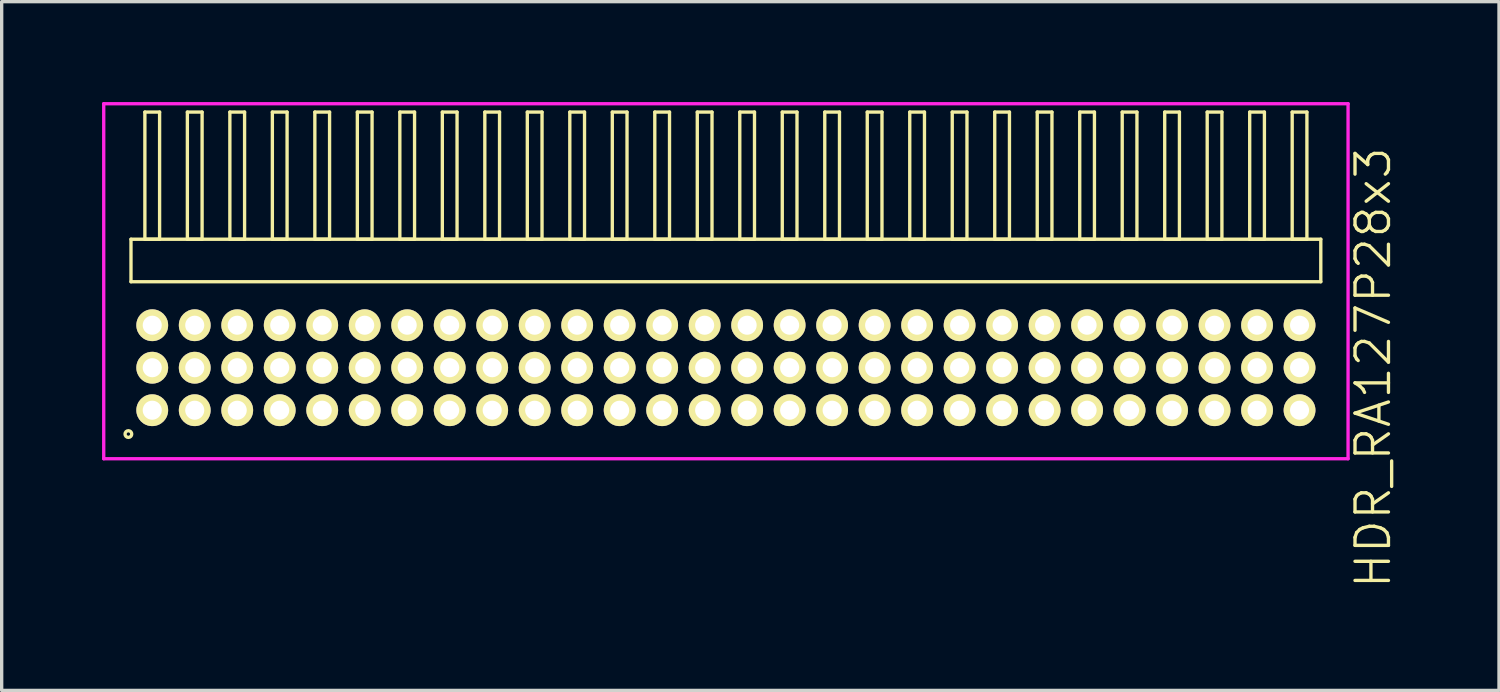
<source format=kicad_pcb>
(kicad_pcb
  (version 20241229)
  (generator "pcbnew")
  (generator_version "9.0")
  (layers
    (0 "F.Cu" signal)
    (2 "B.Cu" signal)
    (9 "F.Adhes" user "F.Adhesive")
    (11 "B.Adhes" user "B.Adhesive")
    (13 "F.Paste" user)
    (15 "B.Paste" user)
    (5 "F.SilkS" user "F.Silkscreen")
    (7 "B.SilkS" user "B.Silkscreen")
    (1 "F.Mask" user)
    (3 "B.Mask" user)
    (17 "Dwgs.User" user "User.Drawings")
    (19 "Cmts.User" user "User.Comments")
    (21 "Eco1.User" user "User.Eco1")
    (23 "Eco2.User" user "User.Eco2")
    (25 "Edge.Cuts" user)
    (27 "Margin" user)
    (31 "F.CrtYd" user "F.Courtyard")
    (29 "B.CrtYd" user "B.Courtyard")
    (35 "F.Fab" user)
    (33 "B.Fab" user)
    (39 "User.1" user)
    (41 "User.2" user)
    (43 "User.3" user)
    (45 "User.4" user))
  (footprint "HDR_RA127P28x3"
    (layer "F.Cu")
    (at 18.645 7.94)
    (property "Reference" "HDR_RA127P28x3" (at 19.345 0 90) (layer "F.SilkS") (effects (font (size 1 1) (thickness 0.1))))
    (attr through_hole)
    (fp_line (start -17.78 -3.84) (end -17.78 -2.57) (stroke (width 0.1) (type solid)) (layer "F.SilkS"))
    (fp_line (start -17.78 -2.57) (end 17.78 -2.57) (stroke (width 0.1) (type solid)) (layer "F.SilkS"))
    (fp_line (start -17.365 -7.64) (end -17.365 -3.84) (stroke (width 0.1) (type solid)) (layer "F.SilkS"))
    (fp_line (start -17.365 -3.84) (end -16.925 -3.84) (stroke (width 0.1) (type solid)) (layer "F.SilkS"))
    (fp_line (start -16.925 -7.64) (end -17.365 -7.64) (stroke (width 0.1) (type solid)) (layer "F.SilkS"))
    (fp_line (start -16.925 -3.84) (end -16.925 -7.64) (stroke (width 0.1) (type solid)) (layer "F.SilkS"))
    (fp_line (start -16.095 -7.64) (end -16.095 -3.84) (stroke (width 0.1) (type solid)) (layer "F.SilkS"))
    (fp_line (start -16.095 -3.84) (end -15.655 -3.84) (stroke (width 0.1) (type solid)) (layer "F.SilkS"))
    (fp_line (start -15.655 -7.64) (end -16.095 -7.64) (stroke (width 0.1) (type solid)) (layer "F.SilkS"))
    (fp_line (start -15.655 -3.84) (end -15.655 -7.64) (stroke (width 0.1) (type solid)) (layer "F.SilkS"))
    (fp_line (start -14.825 -7.64) (end -14.825 -3.84) (stroke (width 0.1) (type solid)) (layer "F.SilkS"))
    (fp_line (start -14.825 -3.84) (end -14.385 -3.84) (stroke (width 0.1) (type solid)) (layer "F.SilkS"))
    (fp_line (start -14.385 -7.64) (end -14.825 -7.64) (stroke (width 0.1) (type solid)) (layer "F.SilkS"))
    (fp_line (start -14.385 -3.84) (end -14.385 -7.64) (stroke (width 0.1) (type solid)) (layer "F.SilkS"))
    (fp_line (start -13.555 -7.64) (end -13.555 -3.84) (stroke (width 0.1) (type solid)) (layer "F.SilkS"))
    (fp_line (start -13.555 -3.84) (end -13.115 -3.84) (stroke (width 0.1) (type solid)) (layer "F.SilkS"))
    (fp_line (start -13.115 -7.64) (end -13.555 -7.64) (stroke (width 0.1) (type solid)) (layer "F.SilkS"))
    (fp_line (start -13.115 -3.84) (end -13.115 -7.64) (stroke (width 0.1) (type solid)) (layer "F.SilkS"))
    (fp_line (start -12.285 -7.64) (end -12.285 -3.84) (stroke (width 0.1) (type solid)) (layer "F.SilkS"))
    (fp_line (start -12.285 -3.84) (end -11.845 -3.84) (stroke (width 0.1) (type solid)) (layer "F.SilkS"))
    (fp_line (start -11.845 -7.64) (end -12.285 -7.64) (stroke (width 0.1) (type solid)) (layer "F.SilkS"))
    (fp_line (start -11.845 -3.84) (end -11.845 -7.64) (stroke (width 0.1) (type solid)) (layer "F.SilkS"))
    (fp_line (start -11.015 -7.64) (end -11.015 -3.84) (stroke (width 0.1) (type solid)) (layer "F.SilkS"))
    (fp_line (start -11.015 -3.84) (end -10.575 -3.84) (stroke (width 0.1) (type solid)) (layer "F.SilkS"))
    (fp_line (start -10.575 -7.64) (end -11.015 -7.64) (stroke (width 0.1) (type solid)) (layer "F.SilkS"))
    (fp_line (start -10.575 -3.84) (end -10.575 -7.64) (stroke (width 0.1) (type solid)) (layer "F.SilkS"))
    (fp_line (start -9.745 -7.64) (end -9.745 -3.84) (stroke (width 0.1) (type solid)) (layer "F.SilkS"))
    (fp_line (start -9.745 -3.84) (end -9.305 -3.84) (stroke (width 0.1) (type solid)) (layer "F.SilkS"))
    (fp_line (start -9.305 -7.64) (end -9.745 -7.64) (stroke (width 0.1) (type solid)) (layer "F.SilkS"))
    (fp_line (start -9.305 -3.84) (end -9.305 -7.64) (stroke (width 0.1) (type solid)) (layer "F.SilkS"))
    (fp_line (start -8.475 -7.64) (end -8.475 -3.84) (stroke (width 0.1) (type solid)) (layer "F.SilkS"))
    (fp_line (start -8.475 -3.84) (end -8.035 -3.84) (stroke (width 0.1) (type solid)) (layer "F.SilkS"))
    (fp_line (start -8.035 -7.64) (end -8.475 -7.64) (stroke (width 0.1) (type solid)) (layer "F.SilkS"))
    (fp_line (start -8.035 -3.84) (end -8.035 -7.64) (stroke (width 0.1) (type solid)) (layer "F.SilkS"))
    (fp_line (start -7.205 -7.64) (end -7.205 -3.84) (stroke (width 0.1) (type solid)) (layer "F.SilkS"))
    (fp_line (start -7.205 -3.84) (end -6.765 -3.84) (stroke (width 0.1) (type solid)) (layer "F.SilkS"))
    (fp_line (start -6.765 -7.64) (end -7.205 -7.64) (stroke (width 0.1) (type solid)) (layer "F.SilkS"))
    (fp_line (start -6.765 -3.84) (end -6.765 -7.64) (stroke (width 0.1) (type solid)) (layer "F.SilkS"))
    (fp_line (start -5.935 -7.64) (end -5.935 -3.84) (stroke (width 0.1) (type solid)) (layer "F.SilkS"))
    (fp_line (start -5.935 -3.84) (end -5.495 -3.84) (stroke (width 0.1) (type solid)) (layer "F.SilkS"))
    (fp_line (start -5.495 -7.64) (end -5.935 -7.64) (stroke (width 0.1) (type solid)) (layer "F.SilkS"))
    (fp_line (start -5.495 -3.84) (end -5.495 -7.64) (stroke (width 0.1) (type solid)) (layer "F.SilkS"))
    (fp_line (start -4.665 -7.64) (end -4.665 -3.84) (stroke (width 0.1) (type solid)) (layer "F.SilkS"))
    (fp_line (start -4.665 -3.84) (end -4.225 -3.84) (stroke (width 0.1) (type solid)) (layer "F.SilkS"))
    (fp_line (start -4.225 -7.64) (end -4.665 -7.64) (stroke (width 0.1) (type solid)) (layer "F.SilkS"))
    (fp_line (start -4.225 -3.84) (end -4.225 -7.64) (stroke (width 0.1) (type solid)) (layer "F.SilkS"))
    (fp_line (start -3.395 -7.64) (end -3.395 -3.84) (stroke (width 0.1) (type solid)) (layer "F.SilkS"))
    (fp_line (start -3.395 -3.84) (end -2.955 -3.84) (stroke (width 0.1) (type solid)) (layer "F.SilkS"))
    (fp_line (start -2.955 -7.64) (end -3.395 -7.64) (stroke (width 0.1) (type solid)) (layer "F.SilkS"))
    (fp_line (start -2.955 -3.84) (end -2.955 -7.64) (stroke (width 0.1) (type solid)) (layer "F.SilkS"))
    (fp_line (start -2.125 -7.64) (end -2.125 -3.84) (stroke (width 0.1) (type solid)) (layer "F.SilkS"))
    (fp_line (start -2.125 -3.84) (end -1.685 -3.84) (stroke (width 0.1) (type solid)) (layer "F.SilkS"))
    (fp_line (start -1.685 -7.64) (end -2.125 -7.64) (stroke (width 0.1) (type solid)) (layer "F.SilkS"))
    (fp_line (start -1.685 -3.84) (end -1.685 -7.64) (stroke (width 0.1) (type solid)) (layer "F.SilkS"))
    (fp_line (start -0.855 -7.64) (end -0.855 -3.84) (stroke (width 0.1) (type solid)) (layer "F.SilkS"))
    (fp_line (start -0.855 -3.84) (end -0.415 -3.84) (stroke (width 0.1) (type solid)) (layer "F.SilkS"))
    (fp_line (start -0.415 -7.64) (end -0.855 -7.64) (stroke (width 0.1) (type solid)) (layer "F.SilkS"))
    (fp_line (start -0.415 -3.84) (end -0.415 -7.64) (stroke (width 0.1) (type solid)) (layer "F.SilkS"))
    (fp_line (start 0.415 -7.64) (end 0.415 -3.84) (stroke (width 0.1) (type solid)) (layer "F.SilkS"))
    (fp_line (start 0.415 -3.84) (end 0.855 -3.84) (stroke (width 0.1) (type solid)) (layer "F.SilkS"))
    (fp_line (start 0.855 -7.64) (end 0.415 -7.64) (stroke (width 0.1) (type solid)) (layer "F.SilkS"))
    (fp_line (start 0.855 -3.84) (end 0.855 -7.64) (stroke (width 0.1) (type solid)) (layer "F.SilkS"))
    (fp_line (start 1.685 -7.64) (end 1.685 -3.84) (stroke (width 0.1) (type solid)) (layer "F.SilkS"))
    (fp_line (start 1.685 -3.84) (end 2.125 -3.84) (stroke (width 0.1) (type solid)) (layer "F.SilkS"))
    (fp_line (start 2.125 -7.64) (end 1.685 -7.64) (stroke (width 0.1) (type solid)) (layer "F.SilkS"))
    (fp_line (start 2.125 -3.84) (end 2.125 -7.64) (stroke (width 0.1) (type solid)) (layer "F.SilkS"))
    (fp_line (start 2.955 -7.64) (end 2.955 -3.84) (stroke (width 0.1) (type solid)) (layer "F.SilkS"))
    (fp_line (start 2.955 -3.84) (end 3.395 -3.84) (stroke (width 0.1) (type solid)) (layer "F.SilkS"))
    (fp_line (start 3.395 -7.64) (end 2.955 -7.64) (stroke (width 0.1) (type solid)) (layer "F.SilkS"))
    (fp_line (start 3.395 -3.84) (end 3.395 -7.64) (stroke (width 0.1) (type solid)) (layer "F.SilkS"))
    (fp_line (start 4.225 -7.64) (end 4.225 -3.84) (stroke (width 0.1) (type solid)) (layer "F.SilkS"))
    (fp_line (start 4.225 -3.84) (end 4.665 -3.84) (stroke (width 0.1) (type solid)) (layer "F.SilkS"))
    (fp_line (start 4.665 -7.64) (end 4.225 -7.64) (stroke (width 0.1) (type solid)) (layer "F.SilkS"))
    (fp_line (start 4.665 -3.84) (end 4.665 -7.64) (stroke (width 0.1) (type solid)) (layer "F.SilkS"))
    (fp_line (start 5.495 -7.64) (end 5.495 -3.84) (stroke (width 0.1) (type solid)) (layer "F.SilkS"))
    (fp_line (start 5.495 -3.84) (end 5.935 -3.84) (stroke (width 0.1) (type solid)) (layer "F.SilkS"))
    (fp_line (start 5.935 -7.64) (end 5.495 -7.64) (stroke (width 0.1) (type solid)) (layer "F.SilkS"))
    (fp_line (start 5.935 -3.84) (end 5.935 -7.64) (stroke (width 0.1) (type solid)) (layer "F.SilkS"))
    (fp_line (start 6.765 -7.64) (end 6.765 -3.84) (stroke (width 0.1) (type solid)) (layer "F.SilkS"))
    (fp_line (start 6.765 -3.84) (end 7.205 -3.84) (stroke (width 0.1) (type solid)) (layer "F.SilkS"))
    (fp_line (start 7.205 -7.64) (end 6.765 -7.64) (stroke (width 0.1) (type solid)) (layer "F.SilkS"))
    (fp_line (start 7.205 -3.84) (end 7.205 -7.64) (stroke (width 0.1) (type solid)) (layer "F.SilkS"))
    (fp_line (start 8.035 -7.64) (end 8.035 -3.84) (stroke (width 0.1) (type solid)) (layer "F.SilkS"))
    (fp_line (start 8.035 -3.84) (end 8.475 -3.84) (stroke (width 0.1) (type solid)) (layer "F.SilkS"))
    (fp_line (start 8.475 -7.64) (end 8.035 -7.64) (stroke (width 0.1) (type solid)) (layer "F.SilkS"))
    (fp_line (start 8.475 -3.84) (end 8.475 -7.64) (stroke (width 0.1) (type solid)) (layer "F.SilkS"))
    (fp_line (start 9.305 -7.64) (end 9.305 -3.84) (stroke (width 0.1) (type solid)) (layer "F.SilkS"))
    (fp_line (start 9.305 -3.84) (end 9.745 -3.84) (stroke (width 0.1) (type solid)) (layer "F.SilkS"))
    (fp_line (start 9.745 -7.64) (end 9.305 -7.64) (stroke (width 0.1) (type solid)) (layer "F.SilkS"))
    (fp_line (start 9.745 -3.84) (end 9.745 -7.64) (stroke (width 0.1) (type solid)) (layer "F.SilkS"))
    (fp_line (start 10.575 -7.64) (end 10.575 -3.84) (stroke (width 0.1) (type solid)) (layer "F.SilkS"))
    (fp_line (start 10.575 -3.84) (end 11.015 -3.84) (stroke (width 0.1) (type solid)) (layer "F.SilkS"))
    (fp_line (start 11.015 -7.64) (end 10.575 -7.64) (stroke (width 0.1) (type solid)) (layer "F.SilkS"))
    (fp_line (start 11.015 -3.84) (end 11.015 -7.64) (stroke (width 0.1) (type solid)) (layer "F.SilkS"))
    (fp_line (start 11.845 -7.64) (end 11.845 -3.84) (stroke (width 0.1) (type solid)) (layer "F.SilkS"))
    (fp_line (start 11.845 -3.84) (end 12.285 -3.84) (stroke (width 0.1) (type solid)) (layer "F.SilkS"))
    (fp_line (start 12.285 -7.64) (end 11.845 -7.64) (stroke (width 0.1) (type solid)) (layer "F.SilkS"))
    (fp_line (start 12.285 -3.84) (end 12.285 -7.64) (stroke (width 0.1) (type solid)) (layer "F.SilkS"))
    (fp_line (start 13.115 -7.64) (end 13.115 -3.84) (stroke (width 0.1) (type solid)) (layer "F.SilkS"))
    (fp_line (start 13.115 -3.84) (end 13.555 -3.84) (stroke (width 0.1) (type solid)) (layer "F.SilkS"))
    (fp_line (start 13.555 -7.64) (end 13.115 -7.64) (stroke (width 0.1) (type solid)) (layer "F.SilkS"))
    (fp_line (start 13.555 -3.84) (end 13.555 -7.64) (stroke (width 0.1) (type solid)) (layer "F.SilkS"))
    (fp_line (start 14.385 -7.64) (end 14.385 -3.84) (stroke (width 0.1) (type solid)) (layer "F.SilkS"))
    (fp_line (start 14.385 -3.84) (end 14.825 -3.84) (stroke (width 0.1) (type solid)) (layer "F.SilkS"))
    (fp_line (start 14.825 -7.64) (end 14.385 -7.64) (stroke (width 0.1) (type solid)) (layer "F.SilkS"))
    (fp_line (start 14.825 -3.84) (end 14.825 -7.64) (stroke (width 0.1) (type solid)) (layer "F.SilkS"))
    (fp_line (start 15.655 -7.64) (end 15.655 -3.84) (stroke (width 0.1) (type solid)) (layer "F.SilkS"))
    (fp_line (start 15.655 -3.84) (end 16.095 -3.84) (stroke (width 0.1) (type solid)) (layer "F.SilkS"))
    (fp_line (start 16.095 -7.64) (end 15.655 -7.64) (stroke (width 0.1) (type solid)) (layer "F.SilkS"))
    (fp_line (start 16.095 -3.84) (end 16.095 -7.64) (stroke (width 0.1) (type solid)) (layer "F.SilkS"))
    (fp_line (start 16.925 -7.64) (end 16.925 -3.84) (stroke (width 0.1) (type solid)) (layer "F.SilkS"))
    (fp_line (start 16.925 -3.84) (end 17.365 -3.84) (stroke (width 0.1) (type solid)) (layer "F.SilkS"))
    (fp_line (start 17.365 -7.64) (end 16.925 -7.64) (stroke (width 0.1) (type solid)) (layer "F.SilkS"))
    (fp_line (start 17.365 -3.84) (end 17.365 -7.64) (stroke (width 0.1) (type solid)) (layer "F.SilkS"))
    (fp_line (start 17.78 -3.84) (end -17.78 -3.84) (stroke (width 0.1) (type solid)) (layer "F.SilkS"))
    (fp_line (start 17.78 -2.57) (end 17.78 -3.84) (stroke (width 0.1) (type solid)) (layer "F.SilkS"))
    (fp_circle (center -17.858 1.983) (end -17.758 1.983) (stroke (width 0.1) (type solid)) (fill no) (layer "F.SilkS"))
    (fp_line (start -18.595 -7.89) (end -18.595 2.72) (stroke (width 0.1) (type solid)) (layer "F.CrtYd"))
    (fp_line (start -18.595 2.72) (end 18.595 2.72) (stroke (width 0.1) (type solid)) (layer "F.CrtYd"))
    (fp_line (start 18.595 -7.89) (end -18.595 -7.89) (stroke (width 0.1) (type solid)) (layer "F.CrtYd"))
    (fp_line (start 18.595 2.72) (end 18.595 -7.89) (stroke (width 0.1) (type solid)) (layer "F.CrtYd"))
    (pad "1" thru_hole oval (at -17.145 1.27) (size 0.95 0.95) (drill 0.57) (layers "*.Cu" "*.Mask" "F.SilkS"))
    (pad "2" thru_hole oval (at -17.145 0) (size 0.95 0.95) (drill 0.57) (layers "*.Cu" "*.Mask" "F.SilkS"))
    (pad "3" thru_hole oval (at -17.145 -1.27) (size 0.95 0.95) (drill 0.57) (layers "*.Cu" "*.Mask" "F.SilkS"))
    (pad "4" thru_hole oval (at -15.875 1.27) (size 0.95 0.95) (drill 0.57) (layers "*.Cu" "*.Mask" "F.SilkS"))
    (pad "5" thru_hole oval (at -15.875 0) (size 0.95 0.95) (drill 0.57) (layers "*.Cu" "*.Mask" "F.SilkS"))
    (pad "6" thru_hole oval (at -15.875 -1.27) (size 0.95 0.95) (drill 0.57) (layers "*.Cu" "*.Mask" "F.SilkS"))
    (pad "7" thru_hole oval (at -14.605 1.27) (size 0.95 0.95) (drill 0.57) (layers "*.Cu" "*.Mask" "F.SilkS"))
    (pad "8" thru_hole oval (at -14.605 0) (size 0.95 0.95) (drill 0.57) (layers "*.Cu" "*.Mask" "F.SilkS"))
    (pad "9" thru_hole oval (at -14.605 -1.27) (size 0.95 0.95) (drill 0.57) (layers "*.Cu" "*.Mask" "F.SilkS"))
    (pad "10" thru_hole oval (at -13.335 1.27) (size 0.95 0.95) (drill 0.57) (layers "*.Cu" "*.Mask" "F.SilkS"))
    (pad "11" thru_hole oval (at -13.335 0) (size 0.95 0.95) (drill 0.57) (layers "*.Cu" "*.Mask" "F.SilkS"))
    (pad "12" thru_hole oval (at -13.335 -1.27) (size 0.95 0.95) (drill 0.57) (layers "*.Cu" "*.Mask" "F.SilkS"))
    (pad "13" thru_hole oval (at -12.065 1.27) (size 0.95 0.95) (drill 0.57) (layers "*.Cu" "*.Mask" "F.SilkS"))
    (pad "14" thru_hole oval (at -12.065 0) (size 0.95 0.95) (drill 0.57) (layers "*.Cu" "*.Mask" "F.SilkS"))
    (pad "15" thru_hole oval (at -12.065 -1.27) (size 0.95 0.95) (drill 0.57) (layers "*.Cu" "*.Mask" "F.SilkS"))
    (pad "16" thru_hole oval (at -10.795 1.27) (size 0.95 0.95) (drill 0.57) (layers "*.Cu" "*.Mask" "F.SilkS"))
    (pad "17" thru_hole oval (at -10.795 0) (size 0.95 0.95) (drill 0.57) (layers "*.Cu" "*.Mask" "F.SilkS"))
    (pad "18" thru_hole oval (at -10.795 -1.27) (size 0.95 0.95) (drill 0.57) (layers "*.Cu" "*.Mask" "F.SilkS"))
    (pad "19" thru_hole oval (at -9.525 1.27) (size 0.95 0.95) (drill 0.57) (layers "*.Cu" "*.Mask" "F.SilkS"))
    (pad "20" thru_hole oval (at -9.525 0) (size 0.95 0.95) (drill 0.57) (layers "*.Cu" "*.Mask" "F.SilkS"))
    (pad "21" thru_hole oval (at -9.525 -1.27) (size 0.95 0.95) (drill 0.57) (layers "*.Cu" "*.Mask" "F.SilkS"))
    (pad "22" thru_hole oval (at -8.255 1.27) (size 0.95 0.95) (drill 0.57) (layers "*.Cu" "*.Mask" "F.SilkS"))
    (pad "23" thru_hole oval (at -8.255 0) (size 0.95 0.95) (drill 0.57) (layers "*.Cu" "*.Mask" "F.SilkS"))
    (pad "24" thru_hole oval (at -8.255 -1.27) (size 0.95 0.95) (drill 0.57) (layers "*.Cu" "*.Mask" "F.SilkS"))
    (pad "25" thru_hole oval (at -6.985 1.27) (size 0.95 0.95) (drill 0.57) (layers "*.Cu" "*.Mask" "F.SilkS"))
    (pad "26" thru_hole oval (at -6.985 0) (size 0.95 0.95) (drill 0.57) (layers "*.Cu" "*.Mask" "F.SilkS"))
    (pad "27" thru_hole oval (at -6.985 -1.27) (size 0.95 0.95) (drill 0.57) (layers "*.Cu" "*.Mask" "F.SilkS"))
    (pad "28" thru_hole oval (at -5.715 1.27) (size 0.95 0.95) (drill 0.57) (layers "*.Cu" "*.Mask" "F.SilkS"))
    (pad "29" thru_hole oval (at -5.715 0) (size 0.95 0.95) (drill 0.57) (layers "*.Cu" "*.Mask" "F.SilkS"))
    (pad "30" thru_hole oval (at -5.715 -1.27) (size 0.95 0.95) (drill 0.57) (layers "*.Cu" "*.Mask" "F.SilkS"))
    (pad "31" thru_hole oval (at -4.445 1.27) (size 0.95 0.95) (drill 0.57) (layers "*.Cu" "*.Mask" "F.SilkS"))
    (pad "32" thru_hole oval (at -4.445 0) (size 0.95 0.95) (drill 0.57) (layers "*.Cu" "*.Mask" "F.SilkS"))
    (pad "33" thru_hole oval (at -4.445 -1.27) (size 0.95 0.95) (drill 0.57) (layers "*.Cu" "*.Mask" "F.SilkS"))
    (pad "34" thru_hole oval (at -3.175 1.27) (size 0.95 0.95) (drill 0.57) (layers "*.Cu" "*.Mask" "F.SilkS"))
    (pad "35" thru_hole oval (at -3.175 0) (size 0.95 0.95) (drill 0.57) (layers "*.Cu" "*.Mask" "F.SilkS"))
    (pad "36" thru_hole oval (at -3.175 -1.27) (size 0.95 0.95) (drill 0.57) (layers "*.Cu" "*.Mask" "F.SilkS"))
    (pad "37" thru_hole oval (at -1.905 1.27) (size 0.95 0.95) (drill 0.57) (layers "*.Cu" "*.Mask" "F.SilkS"))
    (pad "38" thru_hole oval (at -1.905 0) (size 0.95 0.95) (drill 0.57) (layers "*.Cu" "*.Mask" "F.SilkS"))
    (pad "39" thru_hole oval (at -1.905 -1.27) (size 0.95 0.95) (drill 0.57) (layers "*.Cu" "*.Mask" "F.SilkS"))
    (pad "40" thru_hole oval (at -0.635 1.27) (size 0.95 0.95) (drill 0.57) (layers "*.Cu" "*.Mask" "F.SilkS"))
    (pad "41" thru_hole oval (at -0.635 0) (size 0.95 0.95) (drill 0.57) (layers "*.Cu" "*.Mask" "F.SilkS"))
    (pad "42" thru_hole oval (at -0.635 -1.27) (size 0.95 0.95) (drill 0.57) (layers "*.Cu" "*.Mask" "F.SilkS"))
    (pad "43" thru_hole oval (at 0.635 1.27) (size 0.95 0.95) (drill 0.57) (layers "*.Cu" "*.Mask" "F.SilkS"))
    (pad "44" thru_hole oval (at 0.635 0) (size 0.95 0.95) (drill 0.57) (layers "*.Cu" "*.Mask" "F.SilkS"))
    (pad "45" thru_hole oval (at 0.635 -1.27) (size 0.95 0.95) (drill 0.57) (layers "*.Cu" "*.Mask" "F.SilkS"))
    (pad "46" thru_hole oval (at 1.905 1.27) (size 0.95 0.95) (drill 0.57) (layers "*.Cu" "*.Mask" "F.SilkS"))
    (pad "47" thru_hole oval (at 1.905 0) (size 0.95 0.95) (drill 0.57) (layers "*.Cu" "*.Mask" "F.SilkS"))
    (pad "48" thru_hole oval (at 1.905 -1.27) (size 0.95 0.95) (drill 0.57) (layers "*.Cu" "*.Mask" "F.SilkS"))
    (pad "49" thru_hole oval (at 3.175 1.27) (size 0.95 0.95) (drill 0.57) (layers "*.Cu" "*.Mask" "F.SilkS"))
    (pad "50" thru_hole oval (at 3.175 0) (size 0.95 0.95) (drill 0.57) (layers "*.Cu" "*.Mask" "F.SilkS"))
    (pad "51" thru_hole oval (at 3.175 -1.27) (size 0.95 0.95) (drill 0.57) (layers "*.Cu" "*.Mask" "F.SilkS"))
    (pad "52" thru_hole oval (at 4.445 1.27) (size 0.95 0.95) (drill 0.57) (layers "*.Cu" "*.Mask" "F.SilkS"))
    (pad "53" thru_hole oval (at 4.445 0) (size 0.95 0.95) (drill 0.57) (layers "*.Cu" "*.Mask" "F.SilkS"))
    (pad "54" thru_hole oval (at 4.445 -1.27) (size 0.95 0.95) (drill 0.57) (layers "*.Cu" "*.Mask" "F.SilkS"))
    (pad "55" thru_hole oval (at 5.715 1.27) (size 0.95 0.95) (drill 0.57) (layers "*.Cu" "*.Mask" "F.SilkS"))
    (pad "56" thru_hole oval (at 5.715 0) (size 0.95 0.95) (drill 0.57) (layers "*.Cu" "*.Mask" "F.SilkS"))
    (pad "57" thru_hole oval (at 5.715 -1.27) (size 0.95 0.95) (drill 0.57) (layers "*.Cu" "*.Mask" "F.SilkS"))
    (pad "58" thru_hole oval (at 6.985 1.27) (size 0.95 0.95) (drill 0.57) (layers "*.Cu" "*.Mask" "F.SilkS"))
    (pad "59" thru_hole oval (at 6.985 0) (size 0.95 0.95) (drill 0.57) (layers "*.Cu" "*.Mask" "F.SilkS"))
    (pad "60" thru_hole oval (at 6.985 -1.27) (size 0.95 0.95) (drill 0.57) (layers "*.Cu" "*.Mask" "F.SilkS"))
    (pad "61" thru_hole oval (at 8.255 1.27) (size 0.95 0.95) (drill 0.57) (layers "*.Cu" "*.Mask" "F.SilkS"))
    (pad "62" thru_hole oval (at 8.255 0) (size 0.95 0.95) (drill 0.57) (layers "*.Cu" "*.Mask" "F.SilkS"))
    (pad "63" thru_hole oval (at 8.255 -1.27) (size 0.95 0.95) (drill 0.57) (layers "*.Cu" "*.Mask" "F.SilkS"))
    (pad "64" thru_hole oval (at 9.525 1.27) (size 0.95 0.95) (drill 0.57) (layers "*.Cu" "*.Mask" "F.SilkS"))
    (pad "65" thru_hole oval (at 9.525 0) (size 0.95 0.95) (drill 0.57) (layers "*.Cu" "*.Mask" "F.SilkS"))
    (pad "66" thru_hole oval (at 9.525 -1.27) (size 0.95 0.95) (drill 0.57) (layers "*.Cu" "*.Mask" "F.SilkS"))
    (pad "67" thru_hole oval (at 10.795 1.27) (size 0.95 0.95) (drill 0.57) (layers "*.Cu" "*.Mask" "F.SilkS"))
    (pad "68" thru_hole oval (at 10.795 0) (size 0.95 0.95) (drill 0.57) (layers "*.Cu" "*.Mask" "F.SilkS"))
    (pad "69" thru_hole oval (at 10.795 -1.27) (size 0.95 0.95) (drill 0.57) (layers "*.Cu" "*.Mask" "F.SilkS"))
    (pad "70" thru_hole oval (at 12.065 1.27) (size 0.95 0.95) (drill 0.57) (layers "*.Cu" "*.Mask" "F.SilkS"))
    (pad "71" thru_hole oval (at 12.065 0) (size 0.95 0.95) (drill 0.57) (layers "*.Cu" "*.Mask" "F.SilkS"))
    (pad "72" thru_hole oval (at 12.065 -1.27) (size 0.95 0.95) (drill 0.57) (layers "*.Cu" "*.Mask" "F.SilkS"))
    (pad "73" thru_hole oval (at 13.335 1.27) (size 0.95 0.95) (drill 0.57) (layers "*.Cu" "*.Mask" "F.SilkS"))
    (pad "74" thru_hole oval (at 13.335 0) (size 0.95 0.95) (drill 0.57) (layers "*.Cu" "*.Mask" "F.SilkS"))
    (pad "75" thru_hole oval (at 13.335 -1.27) (size 0.95 0.95) (drill 0.57) (layers "*.Cu" "*.Mask" "F.SilkS"))
    (pad "76" thru_hole oval (at 14.605 1.27) (size 0.95 0.95) (drill 0.57) (layers "*.Cu" "*.Mask" "F.SilkS"))
    (pad "77" thru_hole oval (at 14.605 0) (size 0.95 0.95) (drill 0.57) (layers "*.Cu" "*.Mask" "F.SilkS"))
    (pad "78" thru_hole oval (at 14.605 -1.27) (size 0.95 0.95) (drill 0.57) (layers "*.Cu" "*.Mask" "F.SilkS"))
    (pad "79" thru_hole oval (at 15.875 1.27) (size 0.95 0.95) (drill 0.57) (layers "*.Cu" "*.Mask" "F.SilkS"))
    (pad "80" thru_hole oval (at 15.875 0) (size 0.95 0.95) (drill 0.57) (layers "*.Cu" "*.Mask" "F.SilkS"))
    (pad "81" thru_hole oval (at 15.875 -1.27) (size 0.95 0.95) (drill 0.57) (layers "*.Cu" "*.Mask" "F.SilkS"))
    (pad "82" thru_hole oval (at 17.145 1.27) (size 0.95 0.95) (drill 0.57) (layers "*.Cu" "*.Mask" "F.SilkS"))
    (pad "83" thru_hole oval (at 17.145 0) (size 0.95 0.95) (drill 0.57) (layers "*.Cu" "*.Mask" "F.SilkS"))
    (pad "84" thru_hole oval (at 17.145 -1.27) (size 0.95 0.95) (drill 0.57) (layers "*.Cu" "*.Mask" "F.SilkS")))
  (gr_rect
    (start -3 -3)
    (end 41.751 17.585)
    (stroke (width 0.1) (type default))
    (fill no)
    (layer "Edge.Cuts")))
</source>
